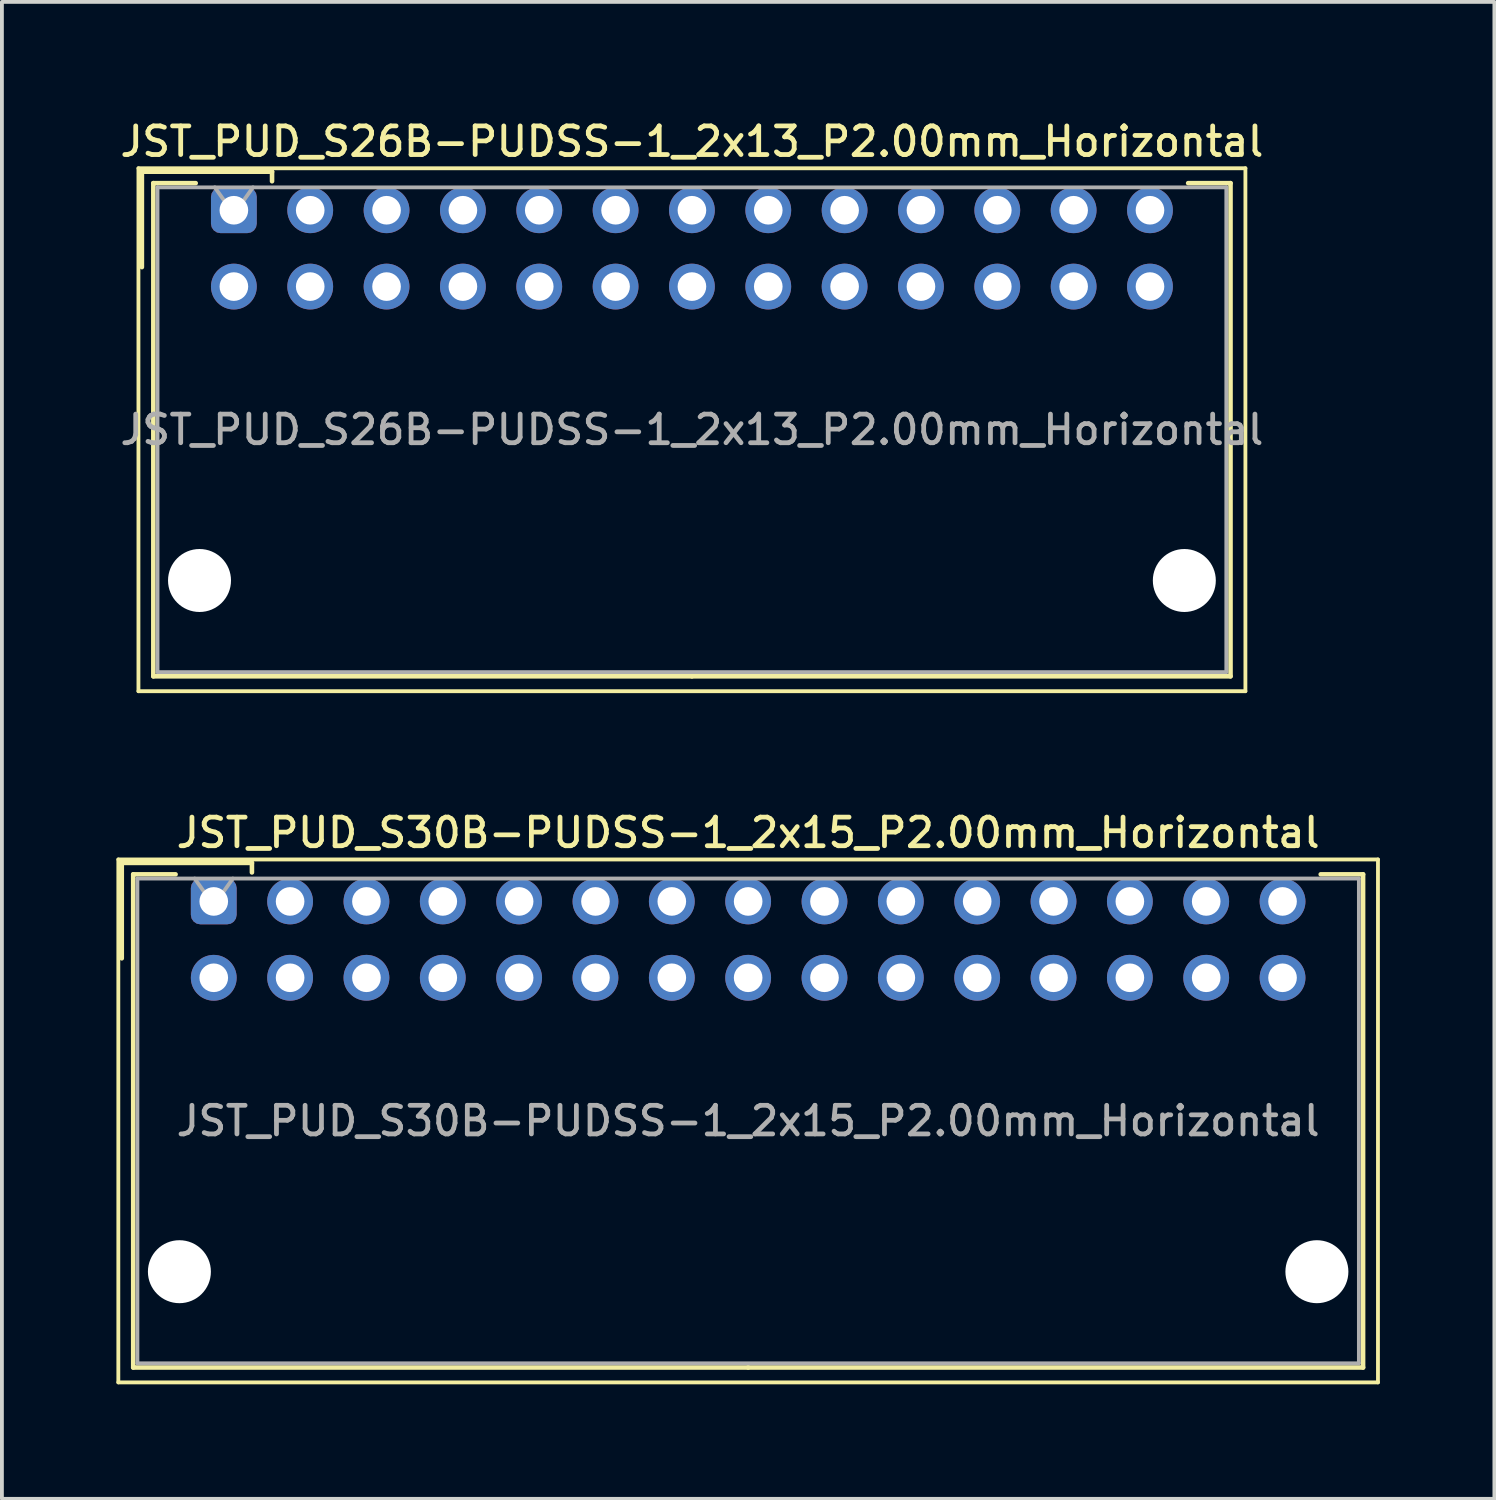
<source format=kicad_pcb>
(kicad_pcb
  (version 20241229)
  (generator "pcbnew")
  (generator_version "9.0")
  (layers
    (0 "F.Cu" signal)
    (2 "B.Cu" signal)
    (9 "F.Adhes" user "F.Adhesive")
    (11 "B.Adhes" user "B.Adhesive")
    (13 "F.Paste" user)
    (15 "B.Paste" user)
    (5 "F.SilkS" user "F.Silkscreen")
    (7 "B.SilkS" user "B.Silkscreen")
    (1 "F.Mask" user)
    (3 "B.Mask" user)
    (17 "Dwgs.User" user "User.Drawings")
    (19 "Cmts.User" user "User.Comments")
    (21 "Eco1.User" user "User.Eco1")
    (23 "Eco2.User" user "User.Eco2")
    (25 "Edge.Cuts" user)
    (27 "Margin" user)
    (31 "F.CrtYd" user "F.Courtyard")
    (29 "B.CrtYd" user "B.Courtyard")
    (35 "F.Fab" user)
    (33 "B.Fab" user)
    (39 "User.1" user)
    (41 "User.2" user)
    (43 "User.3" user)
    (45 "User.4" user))
  (footprint "JST_PUD_S30B-PUDSS-1_2x15_P2.00mm_Horizontal"
    (layer "F.Cu")
    (at 2.55 20.566)
    (property "Reference" "JST_PUD_S30B-PUDSS-1_2x15_P2.00mm_Horizontal" (at 14 -1.8 0) (layer "F.SilkS") (effects (font (size 0.75 0.75) (thickness 0.125))))
    (attr through_hole)
    (fp_line (start -2.5 -1.1) (end -2.5 12.6) (stroke (width 0.1) (type solid)) (layer "F.SilkS"))
    (fp_line (start -2.5 12.6) (end 30.5 12.6) (stroke (width 0.1) (type solid)) (layer "F.SilkS"))
    (fp_line (start -2.41 -1.01) (end -2.41 1.49) (stroke (width 0.12) (type solid)) (layer "F.SilkS"))
    (fp_line (start -2.11 -0.71) (end -2.11 12.21) (stroke (width 0.12) (type solid)) (layer "F.SilkS"))
    (fp_line (start -2.11 12.21) (end 14 12.21) (stroke (width 0.12) (type solid)) (layer "F.SilkS"))
    (fp_line (start -1 -0.71) (end -2.11 -0.71) (stroke (width 0.12) (type solid)) (layer "F.SilkS"))
    (fp_line (start 1 -1.01) (end -2.41 -1.01) (stroke (width 0.12) (type solid)) (layer "F.SilkS"))
    (fp_line (start 1 -0.76) (end 1 -1.01) (stroke (width 0.12) (type solid)) (layer "F.SilkS"))
    (fp_line (start 29 -0.71) (end 30.11 -0.71) (stroke (width 0.12) (type solid)) (layer "F.SilkS"))
    (fp_line (start 30.11 -0.71) (end 30.11 12.21) (stroke (width 0.12) (type solid)) (layer "F.SilkS"))
    (fp_line (start 30.11 12.21) (end 14 12.21) (stroke (width 0.12) (type solid)) (layer "F.SilkS"))
    (fp_line (start 30.5 -1.1) (end -2.5 -1.1) (stroke (width 0.1) (type solid)) (layer "F.SilkS"))
    (fp_line (start 30.5 12.6) (end 30.5 -1.1) (stroke (width 0.1) (type solid)) (layer "F.SilkS"))
    (fp_line (start -2 -0.6) (end -2 12.1) (stroke (width 0.1) (type solid)) (layer "F.Fab"))
    (fp_line (start -2 12.1) (end 30 12.1) (stroke (width 0.1) (type solid)) (layer "F.Fab"))
    (fp_line (start 0 0.107) (end -0.5 -0.6) (stroke (width 0.1) (type solid)) (layer "F.Fab"))
    (fp_line (start 0.5 -0.6) (end 0 0.107) (stroke (width 0.1) (type solid)) (layer "F.Fab"))
    (fp_line (start 30 -0.6) (end -2 -0.6) (stroke (width 0.1) (type solid)) (layer "F.Fab"))
    (fp_line (start 30 12.1) (end 30 -0.6) (stroke (width 0.1) (type solid)) (layer "F.Fab"))
    (fp_text user "${REFERENCE}" (at 14 5.75 0) (layer "F.Fab") (effects (font (size 0.75 0.75) (thickness 0.125))))
    (pad "" np_thru_hole circle (at -0.9 9.7) (size 1.65 1.65) (drill 1.65) (layers "*.Cu" "*.Mask"))
    (pad "" np_thru_hole circle (at 28.9 9.7) (size 1.65 1.65) (drill 1.65) (layers "*.Cu" "*.Mask"))
    (pad "1" thru_hole roundrect (at 0 0) (size 1.2 1.2) (drill 0.75) (layers "*.Cu" "*.Mask") (roundrect_rratio 0.208))
    (pad "2" thru_hole circle (at 0 2) (size 1.2 1.2) (drill 0.75) (layers "*.Cu" "*.Mask"))
    (pad "3" thru_hole circle (at 2 0) (size 1.2 1.2) (drill 0.75) (layers "*.Cu" "*.Mask"))
    (pad "4" thru_hole circle (at 2 2) (size 1.2 1.2) (drill 0.75) (layers "*.Cu" "*.Mask"))
    (pad "5" thru_hole circle (at 4 0) (size 1.2 1.2) (drill 0.75) (layers "*.Cu" "*.Mask"))
    (pad "6" thru_hole circle (at 4 2) (size 1.2 1.2) (drill 0.75) (layers "*.Cu" "*.Mask"))
    (pad "7" thru_hole circle (at 6 0) (size 1.2 1.2) (drill 0.75) (layers "*.Cu" "*.Mask"))
    (pad "8" thru_hole circle (at 6 2) (size 1.2 1.2) (drill 0.75) (layers "*.Cu" "*.Mask"))
    (pad "9" thru_hole circle (at 8 0) (size 1.2 1.2) (drill 0.75) (layers "*.Cu" "*.Mask"))
    (pad "10" thru_hole circle (at 8 2) (size 1.2 1.2) (drill 0.75) (layers "*.Cu" "*.Mask"))
    (pad "11" thru_hole circle (at 10 0) (size 1.2 1.2) (drill 0.75) (layers "*.Cu" "*.Mask"))
    (pad "12" thru_hole circle (at 10 2) (size 1.2 1.2) (drill 0.75) (layers "*.Cu" "*.Mask"))
    (pad "13" thru_hole circle (at 12 0) (size 1.2 1.2) (drill 0.75) (layers "*.Cu" "*.Mask"))
    (pad "14" thru_hole circle (at 12 2) (size 1.2 1.2) (drill 0.75) (layers "*.Cu" "*.Mask"))
    (pad "15" thru_hole circle (at 14 0) (size 1.2 1.2) (drill 0.75) (layers "*.Cu" "*.Mask"))
    (pad "16" thru_hole circle (at 14 2) (size 1.2 1.2) (drill 0.75) (layers "*.Cu" "*.Mask"))
    (pad "17" thru_hole circle (at 16 0) (size 1.2 1.2) (drill 0.75) (layers "*.Cu" "*.Mask"))
    (pad "18" thru_hole circle (at 16 2) (size 1.2 1.2) (drill 0.75) (layers "*.Cu" "*.Mask"))
    (pad "19" thru_hole circle (at 18 0) (size 1.2 1.2) (drill 0.75) (layers "*.Cu" "*.Mask"))
    (pad "20" thru_hole circle (at 18 2) (size 1.2 1.2) (drill 0.75) (layers "*.Cu" "*.Mask"))
    (pad "21" thru_hole circle (at 20 0) (size 1.2 1.2) (drill 0.75) (layers "*.Cu" "*.Mask"))
    (pad "22" thru_hole circle (at 20 2) (size 1.2 1.2) (drill 0.75) (layers "*.Cu" "*.Mask"))
    (pad "23" thru_hole circle (at 22 0) (size 1.2 1.2) (drill 0.75) (layers "*.Cu" "*.Mask"))
    (pad "24" thru_hole circle (at 22 2) (size 1.2 1.2) (drill 0.75) (layers "*.Cu" "*.Mask"))
    (pad "25" thru_hole circle (at 24 0) (size 1.2 1.2) (drill 0.75) (layers "*.Cu" "*.Mask"))
    (pad "26" thru_hole circle (at 24 2) (size 1.2 1.2) (drill 0.75) (layers "*.Cu" "*.Mask"))
    (pad "27" thru_hole circle (at 26 0) (size 1.2 1.2) (drill 0.75) (layers "*.Cu" "*.Mask"))
    (pad "28" thru_hole circle (at 26 2) (size 1.2 1.2) (drill 0.75) (layers "*.Cu" "*.Mask"))
    (pad "29" thru_hole circle (at 28 0) (size 1.2 1.2) (drill 0.75) (layers "*.Cu" "*.Mask"))
    (pad "30" thru_hole circle (at 28 2) (size 1.2 1.2) (drill 0.75) (layers "*.Cu" "*.Mask")))
  (footprint "JST_PUD_S26B-PUDSS-1_2x13_P2.00mm_Horizontal"
    (layer "F.Cu")
    (at 3.077 2.458)
    (property "Reference" "JST_PUD_S26B-PUDSS-1_2x13_P2.00mm_Horizontal" (at 12 -1.8 0) (layer "F.SilkS") (effects (font (size 0.75 0.75) (thickness 0.125))))
    (attr through_hole)
    (fp_line (start -2.5 -1.1) (end -2.5 12.6) (stroke (width 0.1) (type solid)) (layer "F.SilkS"))
    (fp_line (start -2.5 12.6) (end 26.5 12.6) (stroke (width 0.1) (type solid)) (layer "F.SilkS"))
    (fp_line (start -2.41 -1.01) (end -2.41 1.49) (stroke (width 0.12) (type solid)) (layer "F.SilkS"))
    (fp_line (start -2.11 -0.71) (end -2.11 12.21) (stroke (width 0.12) (type solid)) (layer "F.SilkS"))
    (fp_line (start -2.11 12.21) (end 12 12.21) (stroke (width 0.12) (type solid)) (layer "F.SilkS"))
    (fp_line (start -1 -0.71) (end -2.11 -0.71) (stroke (width 0.12) (type solid)) (layer "F.SilkS"))
    (fp_line (start 1 -1.01) (end -2.41 -1.01) (stroke (width 0.12) (type solid)) (layer "F.SilkS"))
    (fp_line (start 1 -0.76) (end 1 -1.01) (stroke (width 0.12) (type solid)) (layer "F.SilkS"))
    (fp_line (start 25 -0.71) (end 26.11 -0.71) (stroke (width 0.12) (type solid)) (layer "F.SilkS"))
    (fp_line (start 26.11 -0.71) (end 26.11 12.21) (stroke (width 0.12) (type solid)) (layer "F.SilkS"))
    (fp_line (start 26.11 12.21) (end 12 12.21) (stroke (width 0.12) (type solid)) (layer "F.SilkS"))
    (fp_line (start 26.5 -1.1) (end -2.5 -1.1) (stroke (width 0.1) (type solid)) (layer "F.SilkS"))
    (fp_line (start 26.5 12.6) (end 26.5 -1.1) (stroke (width 0.1) (type solid)) (layer "F.SilkS"))
    (fp_line (start -2 -0.6) (end -2 12.1) (stroke (width 0.1) (type solid)) (layer "F.Fab"))
    (fp_line (start -2 12.1) (end 26 12.1) (stroke (width 0.1) (type solid)) (layer "F.Fab"))
    (fp_line (start 0 0.107) (end -0.5 -0.6) (stroke (width 0.1) (type solid)) (layer "F.Fab"))
    (fp_line (start 0.5 -0.6) (end 0 0.107) (stroke (width 0.1) (type solid)) (layer "F.Fab"))
    (fp_line (start 26 -0.6) (end -2 -0.6) (stroke (width 0.1) (type solid)) (layer "F.Fab"))
    (fp_line (start 26 12.1) (end 26 -0.6) (stroke (width 0.1) (type solid)) (layer "F.Fab"))
    (fp_text user "${REFERENCE}" (at 12 5.75 0) (layer "F.Fab") (effects (font (size 0.75 0.75) (thickness 0.125))))
    (pad "" np_thru_hole circle (at -0.9 9.7) (size 1.65 1.65) (drill 1.65) (layers "*.Cu" "*.Mask"))
    (pad "" np_thru_hole circle (at 24.9 9.7) (size 1.65 1.65) (drill 1.65) (layers "*.Cu" "*.Mask"))
    (pad "1" thru_hole roundrect (at 0 0) (size 1.2 1.2) (drill 0.75) (layers "*.Cu" "*.Mask") (roundrect_rratio 0.208))
    (pad "2" thru_hole circle (at 0 2) (size 1.2 1.2) (drill 0.75) (layers "*.Cu" "*.Mask"))
    (pad "3" thru_hole circle (at 2 0) (size 1.2 1.2) (drill 0.75) (layers "*.Cu" "*.Mask"))
    (pad "4" thru_hole circle (at 2 2) (size 1.2 1.2) (drill 0.75) (layers "*.Cu" "*.Mask"))
    (pad "5" thru_hole circle (at 4 0) (size 1.2 1.2) (drill 0.75) (layers "*.Cu" "*.Mask"))
    (pad "6" thru_hole circle (at 4 2) (size 1.2 1.2) (drill 0.75) (layers "*.Cu" "*.Mask"))
    (pad "7" thru_hole circle (at 6 0) (size 1.2 1.2) (drill 0.75) (layers "*.Cu" "*.Mask"))
    (pad "8" thru_hole circle (at 6 2) (size 1.2 1.2) (drill 0.75) (layers "*.Cu" "*.Mask"))
    (pad "9" thru_hole circle (at 8 0) (size 1.2 1.2) (drill 0.75) (layers "*.Cu" "*.Mask"))
    (pad "10" thru_hole circle (at 8 2) (size 1.2 1.2) (drill 0.75) (layers "*.Cu" "*.Mask"))
    (pad "11" thru_hole circle (at 10 0) (size 1.2 1.2) (drill 0.75) (layers "*.Cu" "*.Mask"))
    (pad "12" thru_hole circle (at 10 2) (size 1.2 1.2) (drill 0.75) (layers "*.Cu" "*.Mask"))
    (pad "13" thru_hole circle (at 12 0) (size 1.2 1.2) (drill 0.75) (layers "*.Cu" "*.Mask"))
    (pad "14" thru_hole circle (at 12 2) (size 1.2 1.2) (drill 0.75) (layers "*.Cu" "*.Mask"))
    (pad "15" thru_hole circle (at 14 0) (size 1.2 1.2) (drill 0.75) (layers "*.Cu" "*.Mask"))
    (pad "16" thru_hole circle (at 14 2) (size 1.2 1.2) (drill 0.75) (layers "*.Cu" "*.Mask"))
    (pad "17" thru_hole circle (at 16 0) (size 1.2 1.2) (drill 0.75) (layers "*.Cu" "*.Mask"))
    (pad "18" thru_hole circle (at 16 2) (size 1.2 1.2) (drill 0.75) (layers "*.Cu" "*.Mask"))
    (pad "19" thru_hole circle (at 18 0) (size 1.2 1.2) (drill 0.75) (layers "*.Cu" "*.Mask"))
    (pad "20" thru_hole circle (at 18 2) (size 1.2 1.2) (drill 0.75) (layers "*.Cu" "*.Mask"))
    (pad "21" thru_hole circle (at 20 0) (size 1.2 1.2) (drill 0.75) (layers "*.Cu" "*.Mask"))
    (pad "22" thru_hole circle (at 20 2) (size 1.2 1.2) (drill 0.75) (layers "*.Cu" "*.Mask"))
    (pad "23" thru_hole circle (at 22 0) (size 1.2 1.2) (drill 0.75) (layers "*.Cu" "*.Mask"))
    (pad "24" thru_hole circle (at 22 2) (size 1.2 1.2) (drill 0.75) (layers "*.Cu" "*.Mask"))
    (pad "25" thru_hole circle (at 24 0) (size 1.2 1.2) (drill 0.75) (layers "*.Cu" "*.Mask"))
    (pad "26" thru_hole circle (at 24 2) (size 1.2 1.2) (drill 0.75) (layers "*.Cu" "*.Mask")))
  (gr_rect
    (start -3 -3)
    (end 36.1 36.216)
    (stroke (width 0.1) (type default))
    (fill no)
    (layer "Edge.Cuts")))
</source>
